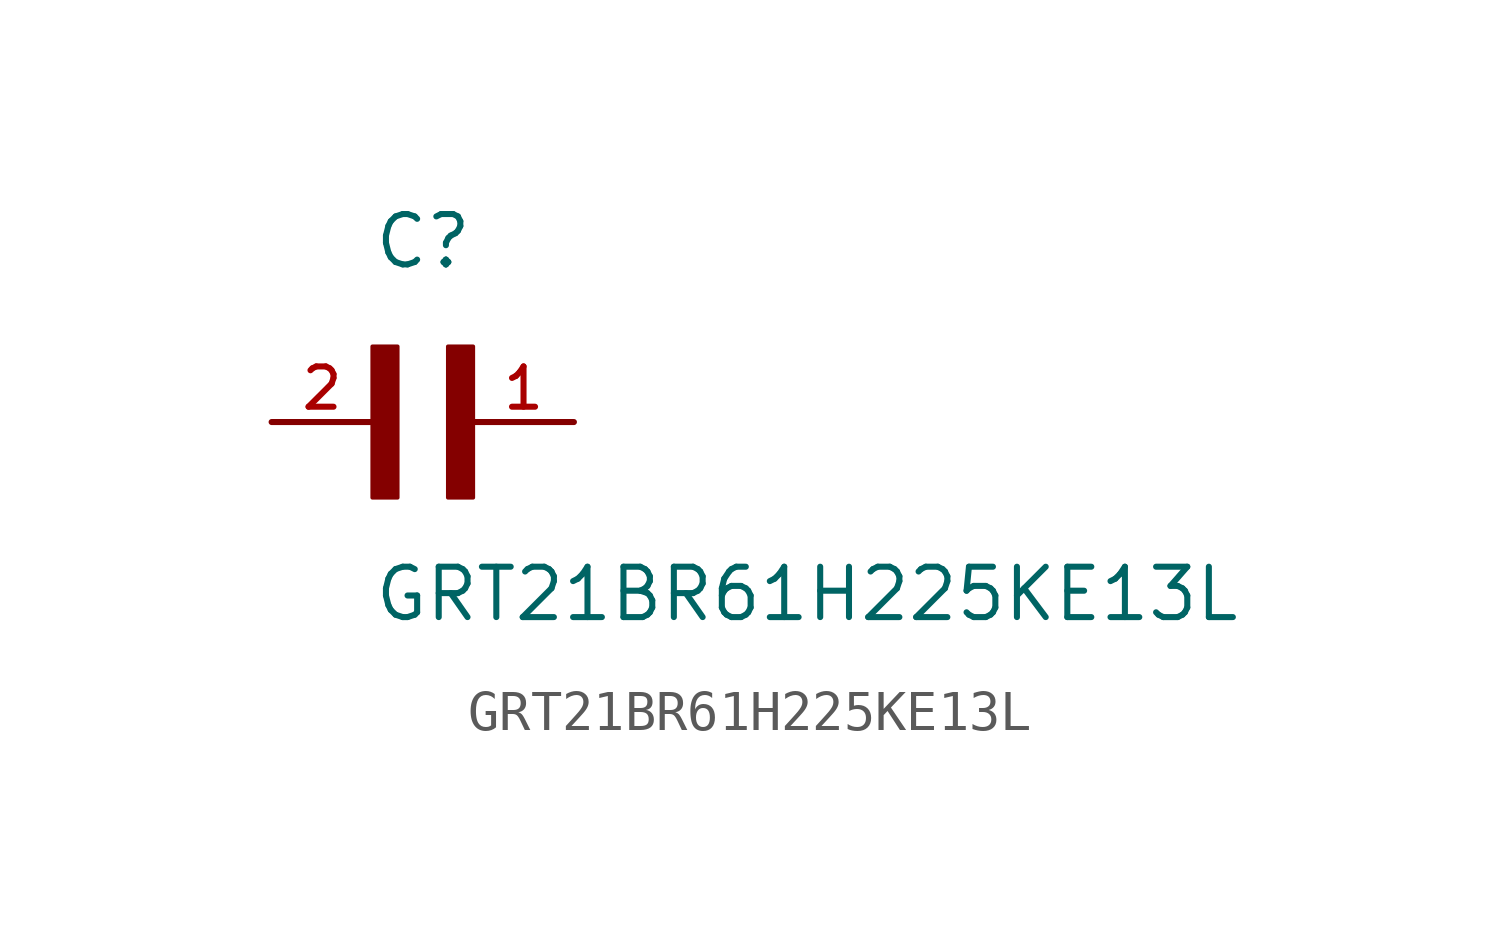
<source format=kicad_sym>
(kicad_symbol_lib
  (version 20211014)
  (generator kicad_symbol_editor)
  (symbol "GRT21BR61H225KE13L"
    (pin_names
      (offset 1.016))
    (property "Reference" "C"
      (at 0.0 3.81 0)
      (effects (font (size 1.27 1.27)) (justify bottom left)))
    (property "Value" "GRT21BR61H225KE13L"
      (at 0.0 -5.08 0)
      (effects (font (size 1.27 1.27)) (justify bottom left)))
    (symbol "GRT21BR61H225KE13L_0_0"
      (rectangle (start 0.0 -1.905) (end 0.635 1.905) (stroke (width 0.1)) (fill (type outline)))
      (rectangle (start 1.905 -1.905) (end 2.54 1.905) (stroke (width 0.1)) (fill (type outline)))
      (pin passive line (at 5.08 0.0 180.0) (length 2.54) (name "~" (effects (font (size 1.016 1.016)))) (number "1" (effects (font (size 1.016 1.016)))))
      (pin passive line (at -2.54 0.0 0) (length 2.54) (name "~" (effects (font (size 1.016 1.016)))) (number "2" (effects (font (size 1.016 1.016))))))))
</source>
